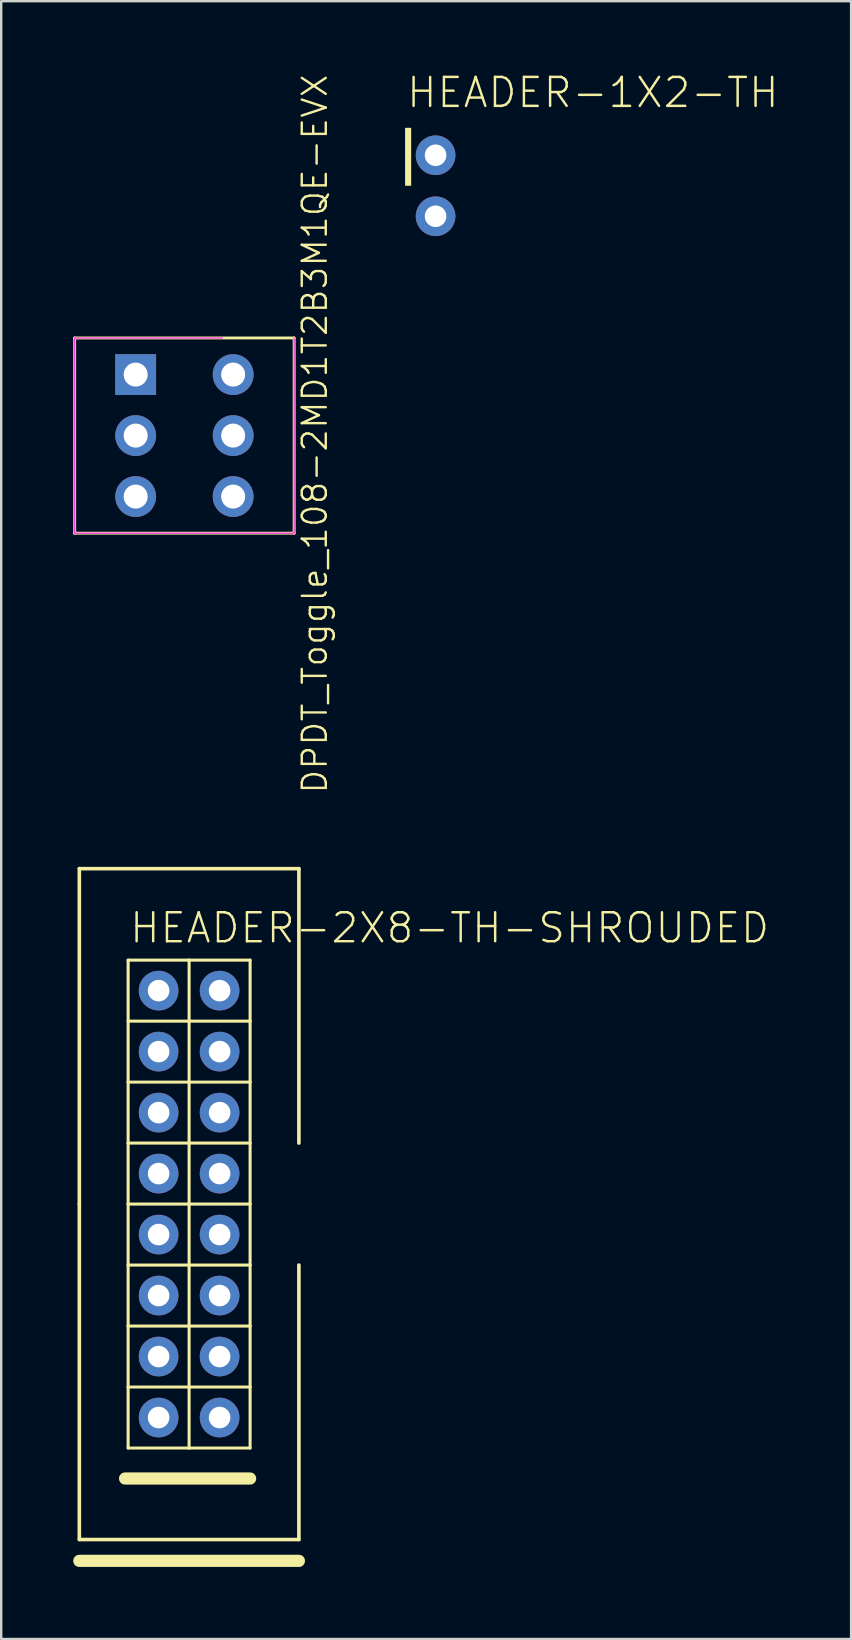
<source format=kicad_pcb>
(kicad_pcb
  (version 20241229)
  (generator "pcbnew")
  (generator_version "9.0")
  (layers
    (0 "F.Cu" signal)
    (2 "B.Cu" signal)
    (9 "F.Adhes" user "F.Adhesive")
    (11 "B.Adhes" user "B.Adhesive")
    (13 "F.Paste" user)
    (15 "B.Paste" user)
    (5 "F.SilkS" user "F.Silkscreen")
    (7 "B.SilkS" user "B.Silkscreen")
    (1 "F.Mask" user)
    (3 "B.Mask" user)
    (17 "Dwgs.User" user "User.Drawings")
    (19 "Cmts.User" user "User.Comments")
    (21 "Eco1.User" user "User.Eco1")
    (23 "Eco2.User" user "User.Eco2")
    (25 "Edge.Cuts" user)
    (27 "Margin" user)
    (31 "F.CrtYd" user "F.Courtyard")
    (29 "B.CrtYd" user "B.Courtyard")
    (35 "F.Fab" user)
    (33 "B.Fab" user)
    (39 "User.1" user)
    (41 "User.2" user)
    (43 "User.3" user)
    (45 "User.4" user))
  (footprint "DPDT_Toggle_108-2MD1T2B3M1QE-EVX"
    (layer "F.Cu")
    (at 4.61 15.076)
    (property "Reference" "DPDT_Toggle_108-2MD1T2B3M1QE-EVX" (at 5.45 -0.05 90) (layer "F.SilkS") (effects (font (size 1 1) (thickness 0.1))))
    (attr through_hole)
    (fp_line (start -4.55 -4.05) (end -4.55 4.08) (stroke (width 0.12) (type solid)) (layer "F.SilkS"))
    (fp_line (start -4.55 4.08) (end 4.59 4.08) (stroke (width 0.12) (type solid)) (layer "F.SilkS"))
    (fp_line (start 4.59 -4.05) (end -4.55 -4.05) (stroke (width 0.12) (type solid)) (layer "F.SilkS"))
    (fp_line (start 4.59 4.08) (end 4.59 -4.05) (stroke (width 0.12) (type solid)) (layer "F.SilkS"))
    (fp_line (start -4.55 -4.05) (end -4.55 4.08) (stroke (width 0.05) (type solid)) (layer "F.CrtYd"))
    (fp_line (start -4.55 4.08) (end 4.59 4.08) (stroke (width 0.05) (type solid)) (layer "F.CrtYd"))
    (fp_line (start 1.6 -4.05) (end -4.55 -4.05) (stroke (width 0.05) (type solid)) (layer "F.CrtYd"))
    (fp_line (start 4.59 4.08) (end 4.59 -4.05) (stroke (width 0.05) (type solid)) (layer "F.CrtYd"))
    (pad "1" thru_hole rect (at -2.01 -2.525) (size 1.7 1.7) (drill 1) (layers "*.Cu" "*.Mask"))
    (pad "2" thru_hole oval (at -2.01 0.015) (size 1.7 1.7) (drill 1) (layers "*.Cu" "*.Mask"))
    (pad "3" thru_hole oval (at -2.01 2.555) (size 1.7 1.7) (drill 1) (layers "*.Cu" "*.Mask"))
    (pad "4" thru_hole oval (at 2.05 -2.525) (size 1.7 1.7) (drill 1) (layers "*.Cu" "*.Mask"))
    (pad "5" thru_hole oval (at 2.05 0.015) (size 1.7 1.7) (drill 1) (layers "*.Cu" "*.Mask"))
    (pad "6" thru_hole oval (at 2.05 2.555) (size 1.7 1.7) (drill 1) (layers "*.Cu" "*.Mask")))
  (footprint "HEADER-1X2-TH"
    (layer "F.Cu")
    (at 15.091 5.956)
    (property "Reference" "HEADER-1X2-TH" (at -1.27 -4.445 0) (layer "F.SilkS") (effects (font (size 1.206 1.206) (thickness 0.102)) (justify left bottom)))
    (attr through_hole)
    (fp_poly (pts (xy -1.27 -1.27) (xy -1.016 -1.27) (xy -1.016 -3.683) (xy -1.27 -3.683)) (stroke (width 0) (type solid)) (fill yes) (layer "F.SilkS"))
    (pad "1" thru_hole circle (at 0 -2.54) (size 1.651 1.651) (drill 0.9) (layers "*.Cu" "*.Mask"))
    (pad "2" thru_hole circle (at 0 0) (size 1.651 1.651) (drill 0.9) (layers "*.Cu" "*.Mask")))
  (footprint "HEADER-2X8-TH-SHROUDED"
    (layer "F.Cu")
    (at 4.826 47.097)
    (property "Reference" "HEADER-2X8-TH-SHROUDED" (at -2.54 -10.795 0) (layer "F.SilkS") (effects (font (size 1.206 1.206) (thickness 0.102)) (justify left bottom)))
    (attr through_hole)
    (fp_line (start -4.572 -13.97) (end 4.572 -13.97) (stroke (width 0.15) (type solid)) (layer "F.SilkS"))
    (fp_line (start -4.572 0) (end -4.572 -13.97) (stroke (width 0.15) (type solid)) (layer "F.SilkS"))
    (fp_line (start -4.572 13.97) (end -4.572 0) (stroke (width 0.15) (type solid)) (layer "F.SilkS"))
    (fp_line (start -4.572 14.859) (end 4.572 14.859) (stroke (width 0.508) (type solid)) (layer "F.SilkS"))
    (fp_line (start -2.667 11.43) (end 2.54 11.43) (stroke (width 0.508) (type solid)) (layer "F.SilkS"))
    (fp_line (start -2.54 -10.16) (end -2.54 -5.08) (stroke (width 0.127) (type solid)) (layer "F.SilkS"))
    (fp_line (start -2.54 -7.62) (end 0 -7.62) (stroke (width 0.127) (type solid)) (layer "F.SilkS"))
    (fp_line (start -2.54 -5.08) (end -2.54 -2.54) (stroke (width 0.127) (type solid)) (layer "F.SilkS"))
    (fp_line (start -2.54 -2.54) (end -2.54 0) (stroke (width 0.127) (type solid)) (layer "F.SilkS"))
    (fp_line (start -2.54 -2.54) (end 0 -2.54) (stroke (width 0.127) (type solid)) (layer "F.SilkS"))
    (fp_line (start -2.54 0) (end -2.54 2.54) (stroke (width 0.127) (type solid)) (layer "F.SilkS"))
    (fp_line (start -2.54 2.54) (end -2.54 5.08) (stroke (width 0.127) (type solid)) (layer "F.SilkS"))
    (fp_line (start -2.54 2.54) (end 0 2.54) (stroke (width 0.127) (type solid)) (layer "F.SilkS"))
    (fp_line (start -2.54 5.08) (end -2.54 7.62) (stroke (width 0.127) (type solid)) (layer "F.SilkS"))
    (fp_line (start -2.54 7.62) (end -2.54 10.16) (stroke (width 0.127) (type solid)) (layer "F.SilkS"))
    (fp_line (start -2.54 7.62) (end 0 7.62) (stroke (width 0.127) (type solid)) (layer "F.SilkS"))
    (fp_line (start 0 -10.16) (end -2.54 -10.16) (stroke (width 0.127) (type solid)) (layer "F.SilkS"))
    (fp_line (start 0 -7.62) (end 0 -10.16) (stroke (width 0.127) (type solid)) (layer "F.SilkS"))
    (fp_line (start 0 -7.62) (end 2.54 -7.62) (stroke (width 0.127) (type solid)) (layer "F.SilkS"))
    (fp_line (start 0 -5.08) (end -2.54 -5.08) (stroke (width 0.127) (type solid)) (layer "F.SilkS"))
    (fp_line (start 0 -5.08) (end 0 -7.62) (stroke (width 0.127) (type solid)) (layer "F.SilkS"))
    (fp_line (start 0 -2.54) (end 0 -5.08) (stroke (width 0.127) (type solid)) (layer "F.SilkS"))
    (fp_line (start 0 -2.54) (end 2.54 -2.54) (stroke (width 0.127) (type solid)) (layer "F.SilkS"))
    (fp_line (start 0 0) (end -2.54 0) (stroke (width 0.127) (type solid)) (layer "F.SilkS"))
    (fp_line (start 0 0) (end 0 -2.54) (stroke (width 0.127) (type solid)) (layer "F.SilkS"))
    (fp_line (start 0 2.54) (end 0 0) (stroke (width 0.127) (type solid)) (layer "F.SilkS"))
    (fp_line (start 0 2.54) (end 2.54 2.54) (stroke (width 0.127) (type solid)) (layer "F.SilkS"))
    (fp_line (start 0 5.08) (end -2.54 5.08) (stroke (width 0.127) (type solid)) (layer "F.SilkS"))
    (fp_line (start 0 5.08) (end 0 2.54) (stroke (width 0.127) (type solid)) (layer "F.SilkS"))
    (fp_line (start 0 7.62) (end 0 5.08) (stroke (width 0.127) (type solid)) (layer "F.SilkS"))
    (fp_line (start 0 7.62) (end 2.54 7.62) (stroke (width 0.127) (type solid)) (layer "F.SilkS"))
    (fp_line (start 0 10.16) (end -2.54 10.16) (stroke (width 0.127) (type solid)) (layer "F.SilkS"))
    (fp_line (start 0 10.16) (end 0 7.62) (stroke (width 0.127) (type solid)) (layer "F.SilkS"))
    (fp_line (start 2.54 -10.16) (end 0 -10.16) (stroke (width 0.127) (type solid)) (layer "F.SilkS"))
    (fp_line (start 2.54 -7.62) (end 2.54 -10.16) (stroke (width 0.127) (type solid)) (layer "F.SilkS"))
    (fp_line (start 2.54 -5.08) (end 0 -5.08) (stroke (width 0.127) (type solid)) (layer "F.SilkS"))
    (fp_line (start 2.54 -5.08) (end 2.54 -7.62) (stroke (width 0.127) (type solid)) (layer "F.SilkS"))
    (fp_line (start 2.54 -2.54) (end 2.54 -5.08) (stroke (width 0.127) (type solid)) (layer "F.SilkS"))
    (fp_line (start 2.54 0) (end 0 0) (stroke (width 0.127) (type solid)) (layer "F.SilkS"))
    (fp_line (start 2.54 0) (end 2.54 -2.54) (stroke (width 0.127) (type solid)) (layer "F.SilkS"))
    (fp_line (start 2.54 2.54) (end 2.54 0) (stroke (width 0.127) (type solid)) (layer "F.SilkS"))
    (fp_line (start 2.54 5.08) (end 0 5.08) (stroke (width 0.127) (type solid)) (layer "F.SilkS"))
    (fp_line (start 2.54 5.08) (end 2.54 2.54) (stroke (width 0.127) (type solid)) (layer "F.SilkS"))
    (fp_line (start 2.54 7.62) (end 2.54 5.08) (stroke (width 0.127) (type solid)) (layer "F.SilkS"))
    (fp_line (start 2.54 10.16) (end 0 10.16) (stroke (width 0.127) (type solid)) (layer "F.SilkS"))
    (fp_line (start 2.54 10.16) (end 2.54 7.62) (stroke (width 0.127) (type solid)) (layer "F.SilkS"))
    (fp_line (start 4.572 -13.97) (end 4.572 -2.54) (stroke (width 0.15) (type solid)) (layer "F.SilkS"))
    (fp_line (start 4.572 2.54) (end 4.572 13.97) (stroke (width 0.15) (type solid)) (layer "F.SilkS"))
    (fp_line (start 4.572 13.97) (end -4.572 13.97) (stroke (width 0.15) (type solid)) (layer "F.SilkS"))
    (pad "P$1" thru_hole circle (at -1.27 -8.89) (size 1.651 1.651) (drill 0.9) (layers "*.Cu" "*.Mask"))
    (pad "P$2" thru_hole circle (at 1.27 -8.89) (size 1.651 1.651) (drill 0.9) (layers "*.Cu" "*.Mask"))
    (pad "P$3" thru_hole circle (at -1.27 -6.35) (size 1.651 1.651) (drill 0.9) (layers "*.Cu" "*.Mask"))
    (pad "P$4" thru_hole circle (at 1.27 -6.35) (size 1.651 1.651) (drill 0.9) (layers "*.Cu" "*.Mask"))
    (pad "P$5" thru_hole circle (at -1.27 -3.81) (size 1.651 1.651) (drill 0.9) (layers "*.Cu" "*.Mask"))
    (pad "P$6" thru_hole circle (at 1.27 -3.81) (size 1.651 1.651) (drill 0.9) (layers "*.Cu" "*.Mask"))
    (pad "P$7" thru_hole circle (at -1.27 -1.27) (size 1.651 1.651) (drill 0.9) (layers "*.Cu" "*.Mask"))
    (pad "P$8" thru_hole circle (at 1.27 -1.27) (size 1.651 1.651) (drill 0.9) (layers "*.Cu" "*.Mask"))
    (pad "P$9" thru_hole circle (at -1.27 1.27) (size 1.651 1.651) (drill 0.9) (layers "*.Cu" "*.Mask"))
    (pad "P$10" thru_hole circle (at 1.27 1.27) (size 1.651 1.651) (drill 0.9) (layers "*.Cu" "*.Mask"))
    (pad "P$11" thru_hole circle (at -1.27 3.81) (size 1.651 1.651) (drill 0.9) (layers "*.Cu" "*.Mask"))
    (pad "P$12" thru_hole circle (at 1.27 3.81) (size 1.651 1.651) (drill 0.9) (layers "*.Cu" "*.Mask"))
    (pad "P$13" thru_hole circle (at -1.27 6.35) (size 1.651 1.651) (drill 0.9) (layers "*.Cu" "*.Mask"))
    (pad "P$14" thru_hole circle (at 1.27 6.35) (size 1.651 1.651) (drill 0.9) (layers "*.Cu" "*.Mask"))
    (pad "P$15" thru_hole circle (at -1.27 8.89) (size 1.651 1.651) (drill 0.9) (layers "*.Cu" "*.Mask"))
    (pad "P$16" thru_hole circle (at 1.27 8.89) (size 1.651 1.651) (drill 0.9) (layers "*.Cu" "*.Mask")))
  (gr_rect
    (start -3 -3)
    (end 32.396 65.21)
    (stroke (width 0.1) (type default))
    (fill no)
    (layer "Edge.Cuts")))
</source>
